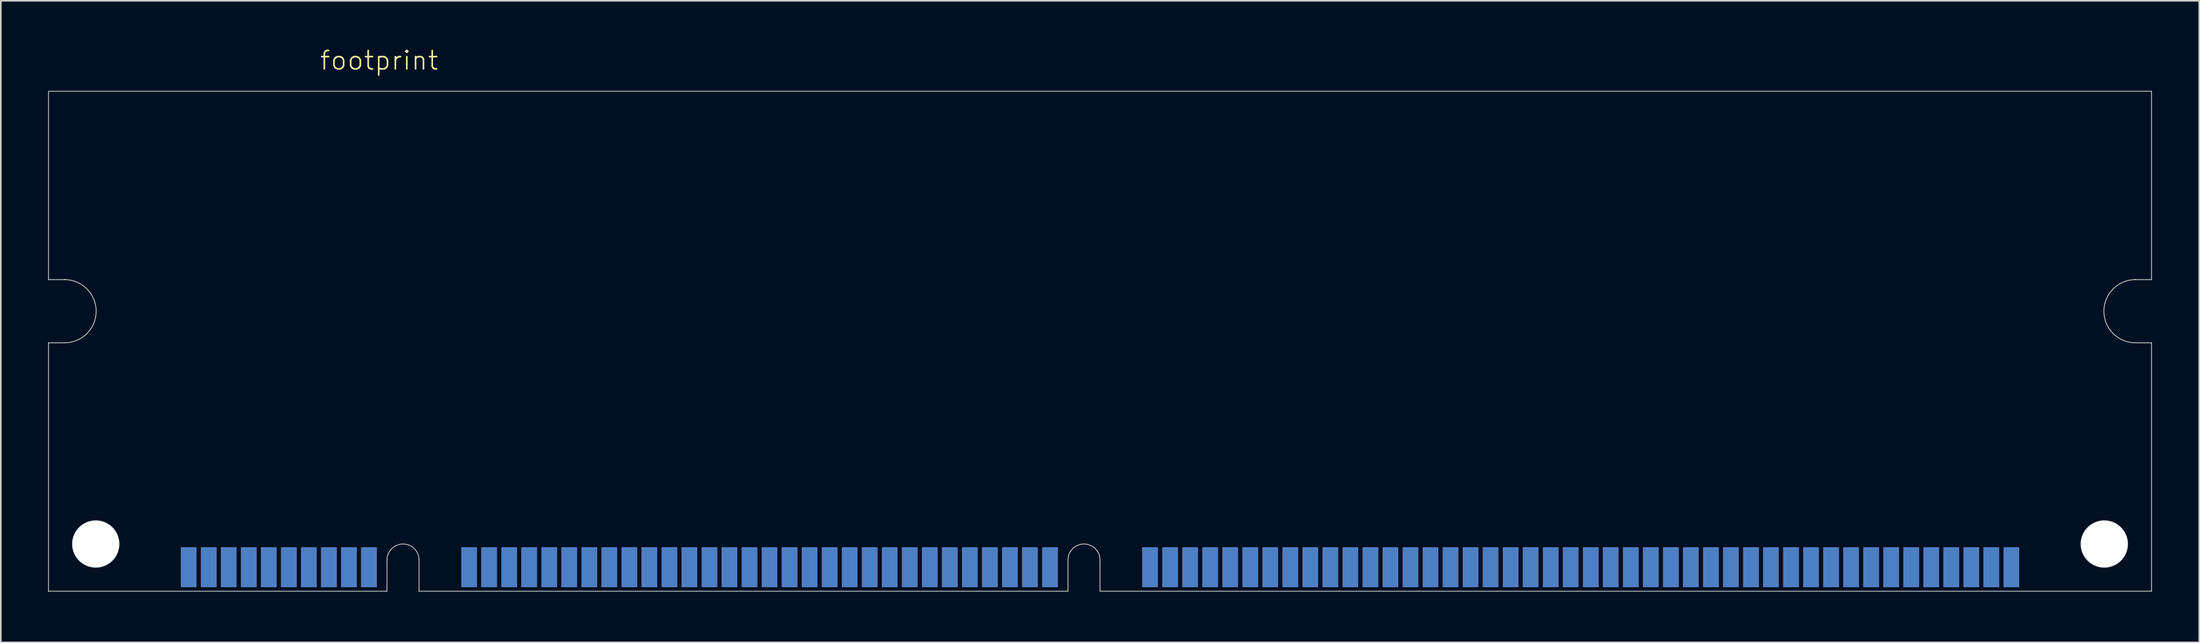
<source format=kicad_pcb>
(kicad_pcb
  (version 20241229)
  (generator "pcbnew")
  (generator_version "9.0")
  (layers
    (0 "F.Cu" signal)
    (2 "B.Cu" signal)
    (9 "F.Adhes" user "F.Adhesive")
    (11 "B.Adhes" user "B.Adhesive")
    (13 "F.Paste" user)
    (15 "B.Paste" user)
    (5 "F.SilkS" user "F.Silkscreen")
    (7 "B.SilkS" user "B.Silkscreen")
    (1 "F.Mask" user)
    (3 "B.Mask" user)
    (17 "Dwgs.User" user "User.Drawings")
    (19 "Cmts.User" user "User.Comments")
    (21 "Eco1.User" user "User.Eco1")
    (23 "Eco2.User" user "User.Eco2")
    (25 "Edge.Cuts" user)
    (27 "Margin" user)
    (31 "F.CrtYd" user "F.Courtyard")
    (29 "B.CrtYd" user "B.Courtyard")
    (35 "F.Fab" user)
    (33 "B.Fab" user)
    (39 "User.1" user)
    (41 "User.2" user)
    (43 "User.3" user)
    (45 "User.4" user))
  (footprint "footprint"
    (layer "F.Cu")
    (at 66.7 34.493)
    (property "Reference" "footprint" (at -49.53 -33.02 0) (layer "F.SilkS") (effects (font (size 1.168 1.168) (thickness 0.102)) (justify left bottom)))
    (fp_line (start -66.675 -31.75) (end 66.675 -31.75) (stroke (width 0.05) (type solid)) (layer "Edge.Cuts"))
    (fp_line (start -66.675 -19.787) (end -66.675 -31.725) (stroke (width 0.05) (type solid)) (layer "Edge.Cuts"))
    (fp_line (start -66.675 0.025) (end -66.675 -15.773) (stroke (width 0.05) (type solid)) (layer "Edge.Cuts"))
    (fp_line (start -65.659 -19.787) (end -66.675 -19.787) (stroke (width 0.05) (type solid)) (layer "Edge.Cuts"))
    (fp_line (start -65.659 -15.773) (end -66.675 -15.773) (stroke (width 0.05) (type solid)) (layer "Edge.Cuts"))
    (fp_line (start -65.608 -19.787) (end -65.659 -19.787) (stroke (width 0.05) (type solid)) (layer "Edge.Cuts"))
    (fp_line (start -45.212 -1.981) (end -45.212 0) (stroke (width 0.05) (type solid)) (layer "Edge.Cuts"))
    (fp_line (start -45.212 0) (end -66.675 0) (stroke (width 0.05) (type solid)) (layer "Edge.Cuts"))
    (fp_line (start -43.18 -1.981) (end -43.18 0) (stroke (width 0.05) (type solid)) (layer "Edge.Cuts"))
    (fp_line (start -2.032 -1.981) (end -2.032 0) (stroke (width 0.05) (type solid)) (layer "Edge.Cuts"))
    (fp_line (start -2.032 0) (end -43.18 0) (stroke (width 0.05) (type solid)) (layer "Edge.Cuts"))
    (fp_line (start 0 -1.981) (end 0 0) (stroke (width 0.05) (type solid)) (layer "Edge.Cuts"))
    (fp_line (start 65.608 -19.787) (end 65.659 -19.787) (stroke (width 0.05) (type solid)) (layer "Edge.Cuts"))
    (fp_line (start 65.659 -19.787) (end 66.675 -19.787) (stroke (width 0.05) (type solid)) (layer "Edge.Cuts"))
    (fp_line (start 65.659 -15.773) (end 66.675 -15.773) (stroke (width 0.05) (type solid)) (layer "Edge.Cuts"))
    (fp_line (start 66.675 -31.75) (end 66.675 -19.787) (stroke (width 0.05) (type solid)) (layer "Edge.Cuts"))
    (fp_line (start 66.675 -15.773) (end 66.675 0) (stroke (width 0.05) (type solid)) (layer "Edge.Cuts"))
    (fp_line (start 66.675 0) (end 0 0) (stroke (width 0.05) (type solid)) (layer "Edge.Cuts"))
    (fp_arc (start -65.659 -19.7866) (mid -63.6524 -17.78) (end -65.659 -15.7734) (stroke (width 0.05) (type solid)) (layer "Edge.Cuts"))
    (fp_arc (start -45.212 -1.9812) (mid -44.196 -2.9972) (end -43.18 -1.9812) (stroke (width 0.05) (type solid)) (layer "Edge.Cuts"))
    (fp_arc (start -2.032 -1.9812) (mid -1.016 -2.9972) (end 0 -1.9812) (stroke (width 0.05) (type solid)) (layer "Edge.Cuts"))
    (fp_arc (start 65.659 -15.7734) (mid 63.6524 -17.78) (end 65.659 -19.7866) (stroke (width 0.05) (type solid)) (layer "Edge.Cuts"))
    (pad "" np_thru_hole circle (at -63.678 -2.997) (size 2.997 2.997) (drill 2.997) (layers "*.Cu" "*.Mask"))
    (pad "" np_thru_hole circle (at 63.678 -2.997) (size 2.997 2.997) (drill 2.997) (layers "*.Cu" "*.Mask"))
    (pad "1" smd rect (at -57.785 -1.524) (size 0.991 2.54) (layers "F.Cu" "F.Mask" "F.Paste"))
    (pad "2" smd rect (at -56.515 -1.524) (size 0.991 2.54) (layers "F.Cu" "F.Mask" "F.Paste"))
    (pad "3" smd rect (at -55.245 -1.524) (size 0.991 2.54) (layers "F.Cu" "F.Mask" "F.Paste"))
    (pad "4" smd rect (at -53.975 -1.524) (size 0.991 2.54) (layers "F.Cu" "F.Mask" "F.Paste"))
    (pad "5" smd rect (at -52.705 -1.524) (size 0.991 2.54) (layers "F.Cu" "F.Mask" "F.Paste"))
    (pad "6" smd rect (at -51.435 -1.524) (size 0.991 2.54) (layers "F.Cu" "F.Mask" "F.Paste"))
    (pad "7" smd rect (at -50.165 -1.524) (size 0.991 2.54) (layers "F.Cu" "F.Mask" "F.Paste"))
    (pad "8" smd rect (at -48.895 -1.524) (size 0.991 2.54) (layers "F.Cu" "F.Mask" "F.Paste"))
    (pad "9" smd rect (at -47.625 -1.524) (size 0.991 2.54) (layers "F.Cu" "F.Mask" "F.Paste"))
    (pad "10" smd rect (at -46.355 -1.524) (size 0.991 2.54) (layers "F.Cu" "F.Mask" "F.Paste"))
    (pad "11" smd rect (at -40.005 -1.524) (size 0.991 2.54) (layers "F.Cu" "F.Mask" "F.Paste"))
    (pad "12" smd rect (at -38.735 -1.524) (size 0.991 2.54) (layers "F.Cu" "F.Mask" "F.Paste"))
    (pad "13" smd rect (at -37.465 -1.524) (size 0.991 2.54) (layers "F.Cu" "F.Mask" "F.Paste"))
    (pad "14" smd rect (at -36.195 -1.524) (size 0.991 2.54) (layers "F.Cu" "F.Mask" "F.Paste"))
    (pad "15" smd rect (at -34.925 -1.524) (size 0.991 2.54) (layers "F.Cu" "F.Mask" "F.Paste"))
    (pad "16" smd rect (at -33.655 -1.524) (size 0.991 2.54) (layers "F.Cu" "F.Mask" "F.Paste"))
    (pad "17" smd rect (at -32.385 -1.524) (size 0.991 2.54) (layers "F.Cu" "F.Mask" "F.Paste"))
    (pad "18" smd rect (at -31.115 -1.524) (size 0.991 2.54) (layers "F.Cu" "F.Mask" "F.Paste"))
    (pad "19" smd rect (at -29.845 -1.524) (size 0.991 2.54) (layers "F.Cu" "F.Mask" "F.Paste"))
    (pad "20" smd rect (at -28.575 -1.524) (size 0.991 2.54) (layers "F.Cu" "F.Mask" "F.Paste"))
    (pad "21" smd rect (at -27.305 -1.524) (size 0.991 2.54) (layers "F.Cu" "F.Mask" "F.Paste"))
    (pad "22" smd rect (at -26.035 -1.524) (size 0.991 2.54) (layers "F.Cu" "F.Mask" "F.Paste"))
    (pad "23" smd rect (at -24.765 -1.524) (size 0.991 2.54) (layers "F.Cu" "F.Mask" "F.Paste"))
    (pad "24" smd rect (at -23.495 -1.524) (size 0.991 2.54) (layers "F.Cu" "F.Mask" "F.Paste"))
    (pad "25" smd rect (at -22.225 -1.524) (size 0.991 2.54) (layers "F.Cu" "F.Mask" "F.Paste"))
    (pad "26" smd rect (at -20.955 -1.524) (size 0.991 2.54) (layers "F.Cu" "F.Mask" "F.Paste"))
    (pad "27" smd rect (at -19.685 -1.524) (size 0.991 2.54) (layers "F.Cu" "F.Mask" "F.Paste"))
    (pad "28" smd rect (at -18.415 -1.524) (size 0.991 2.54) (layers "F.Cu" "F.Mask" "F.Paste"))
    (pad "29" smd rect (at -17.145 -1.524) (size 0.991 2.54) (layers "F.Cu" "F.Mask" "F.Paste"))
    (pad "30" smd rect (at -15.875 -1.524) (size 0.991 2.54) (layers "F.Cu" "F.Mask" "F.Paste"))
    (pad "31" smd rect (at -14.605 -1.524) (size 0.991 2.54) (layers "F.Cu" "F.Mask" "F.Paste"))
    (pad "32" smd rect (at -13.335 -1.524) (size 0.991 2.54) (layers "F.Cu" "F.Mask" "F.Paste"))
    (pad "33" smd rect (at -12.065 -1.524) (size 0.991 2.54) (layers "F.Cu" "F.Mask" "F.Paste"))
    (pad "34" smd rect (at -10.795 -1.524) (size 0.991 2.54) (layers "F.Cu" "F.Mask" "F.Paste"))
    (pad "35" smd rect (at -9.525 -1.524) (size 0.991 2.54) (layers "F.Cu" "F.Mask" "F.Paste"))
    (pad "36" smd rect (at -8.255 -1.524) (size 0.991 2.54) (layers "F.Cu" "F.Mask" "F.Paste"))
    (pad "37" smd rect (at -6.985 -1.524) (size 0.991 2.54) (layers "F.Cu" "F.Mask" "F.Paste"))
    (pad "38" smd rect (at -5.715 -1.524) (size 0.991 2.54) (layers "F.Cu" "F.Mask" "F.Paste"))
    (pad "39" smd rect (at -4.445 -1.524) (size 0.991 2.54) (layers "F.Cu" "F.Mask" "F.Paste"))
    (pad "40" smd rect (at -3.175 -1.524) (size 0.991 2.54) (layers "F.Cu" "F.Mask" "F.Paste"))
    (pad "41" smd rect (at 3.175 -1.524) (size 0.991 2.54) (layers "F.Cu" "F.Mask" "F.Paste"))
    (pad "42" smd rect (at 4.445 -1.524) (size 0.991 2.54) (layers "F.Cu" "F.Mask" "F.Paste"))
    (pad "43" smd rect (at 5.715 -1.524) (size 0.991 2.54) (layers "F.Cu" "F.Mask" "F.Paste"))
    (pad "44" smd rect (at 6.985 -1.524) (size 0.991 2.54) (layers "F.Cu" "F.Mask" "F.Paste"))
    (pad "45" smd rect (at 8.255 -1.524) (size 0.991 2.54) (layers "F.Cu" "F.Mask" "F.Paste"))
    (pad "46" smd rect (at 9.525 -1.524) (size 0.991 2.54) (layers "F.Cu" "F.Mask" "F.Paste"))
    (pad "47" smd rect (at 10.795 -1.524) (size 0.991 2.54) (layers "F.Cu" "F.Mask" "F.Paste"))
    (pad "48" smd rect (at 12.065 -1.524) (size 0.991 2.54) (layers "F.Cu" "F.Mask" "F.Paste"))
    (pad "49" smd rect (at 13.335 -1.524) (size 0.991 2.54) (layers "F.Cu" "F.Mask" "F.Paste"))
    (pad "50" smd rect (at 14.605 -1.524) (size 0.991 2.54) (layers "F.Cu" "F.Mask" "F.Paste"))
    (pad "51" smd rect (at 15.875 -1.524) (size 0.991 2.54) (layers "F.Cu" "F.Mask" "F.Paste"))
    (pad "52" smd rect (at 17.145 -1.524) (size 0.991 2.54) (layers "F.Cu" "F.Mask" "F.Paste"))
    (pad "53" smd rect (at 18.415 -1.524) (size 0.991 2.54) (layers "F.Cu" "F.Mask" "F.Paste"))
    (pad "54" smd rect (at 19.685 -1.524) (size 0.991 2.54) (layers "F.Cu" "F.Mask" "F.Paste"))
    (pad "55" smd rect (at 20.955 -1.524) (size 0.991 2.54) (layers "F.Cu" "F.Mask" "F.Paste"))
    (pad "56" smd rect (at 22.225 -1.524) (size 0.991 2.54) (layers "F.Cu" "F.Mask" "F.Paste"))
    (pad "57" smd rect (at 23.495 -1.524) (size 0.991 2.54) (layers "F.Cu" "F.Mask" "F.Paste"))
    (pad "58" smd rect (at 24.765 -1.524) (size 0.991 2.54) (layers "F.Cu" "F.Mask" "F.Paste"))
    (pad "59" smd rect (at 26.035 -1.524) (size 0.991 2.54) (layers "F.Cu" "F.Mask" "F.Paste"))
    (pad "60" smd rect (at 27.305 -1.524) (size 0.991 2.54) (layers "F.Cu" "F.Mask" "F.Paste"))
    (pad "61" smd rect (at 28.575 -1.524) (size 0.991 2.54) (layers "F.Cu" "F.Mask" "F.Paste"))
    (pad "62" smd rect (at 29.845 -1.524) (size 0.991 2.54) (layers "F.Cu" "F.Mask" "F.Paste"))
    (pad "63" smd rect (at 31.115 -1.524) (size 0.991 2.54) (layers "F.Cu" "F.Mask" "F.Paste"))
    (pad "64" smd rect (at 32.385 -1.524) (size 0.991 2.54) (layers "F.Cu" "F.Mask" "F.Paste"))
    (pad "65" smd rect (at 33.655 -1.524) (size 0.991 2.54) (layers "F.Cu" "F.Mask" "F.Paste"))
    (pad "66" smd rect (at 34.925 -1.524) (size 0.991 2.54) (layers "F.Cu" "F.Mask" "F.Paste"))
    (pad "67" smd rect (at 36.195 -1.524) (size 0.991 2.54) (layers "F.Cu" "F.Mask" "F.Paste"))
    (pad "68" smd rect (at 37.465 -1.524) (size 0.991 2.54) (layers "F.Cu" "F.Mask" "F.Paste"))
    (pad "69" smd rect (at 38.735 -1.524) (size 0.991 2.54) (layers "F.Cu" "F.Mask" "F.Paste"))
    (pad "70" smd rect (at 40.005 -1.524) (size 0.991 2.54) (layers "F.Cu" "F.Mask" "F.Paste"))
    (pad "71" smd rect (at 41.275 -1.524) (size 0.991 2.54) (layers "F.Cu" "F.Mask" "F.Paste"))
    (pad "72" smd rect (at 42.545 -1.524) (size 0.991 2.54) (layers "F.Cu" "F.Mask" "F.Paste"))
    (pad "73" smd rect (at 43.815 -1.524) (size 0.991 2.54) (layers "F.Cu" "F.Mask" "F.Paste"))
    (pad "74" smd rect (at 45.085 -1.524) (size 0.991 2.54) (layers "F.Cu" "F.Mask" "F.Paste"))
    (pad "75" smd rect (at 46.355 -1.524) (size 0.991 2.54) (layers "F.Cu" "F.Mask" "F.Paste"))
    (pad "76" smd rect (at 47.625 -1.524) (size 0.991 2.54) (layers "F.Cu" "F.Mask" "F.Paste"))
    (pad "77" smd rect (at 48.895 -1.524) (size 0.991 2.54) (layers "F.Cu" "F.Mask" "F.Paste"))
    (pad "78" smd rect (at 50.165 -1.524) (size 0.991 2.54) (layers "F.Cu" "F.Mask" "F.Paste"))
    (pad "79" smd rect (at 51.435 -1.524) (size 0.991 2.54) (layers "F.Cu" "F.Mask" "F.Paste"))
    (pad "80" smd rect (at 52.705 -1.524) (size 0.991 2.54) (layers "F.Cu" "F.Mask" "F.Paste"))
    (pad "81" smd rect (at 53.975 -1.524) (size 0.991 2.54) (layers "F.Cu" "F.Mask" "F.Paste"))
    (pad "82" smd rect (at 55.245 -1.524) (size 0.991 2.54) (layers "F.Cu" "F.Mask" "F.Paste"))
    (pad "83" smd rect (at 56.515 -1.524) (size 0.991 2.54) (layers "F.Cu" "F.Mask" "F.Paste"))
    (pad "84" smd rect (at 57.785 -1.524) (size 0.991 2.54) (layers "F.Cu" "F.Mask" "F.Paste"))
    (pad "85" smd rect (at -57.785 -1.524) (size 0.991 2.54) (layers "B.Cu" "B.Mask" "B.Paste"))
    (pad "86" smd rect (at -56.515 -1.524) (size 0.991 2.54) (layers "B.Cu" "B.Mask" "B.Paste"))
    (pad "87" smd rect (at -55.245 -1.524) (size 0.991 2.54) (layers "B.Cu" "B.Mask" "B.Paste"))
    (pad "88" smd rect (at -53.975 -1.524) (size 0.991 2.54) (layers "B.Cu" "B.Mask" "B.Paste"))
    (pad "89" smd rect (at -52.705 -1.524) (size 0.991 2.54) (layers "B.Cu" "B.Mask" "B.Paste"))
    (pad "90" smd rect (at -51.435 -1.524) (size 0.991 2.54) (layers "B.Cu" "B.Mask" "B.Paste"))
    (pad "91" smd rect (at -50.165 -1.524) (size 0.991 2.54) (layers "B.Cu" "B.Mask" "B.Paste"))
    (pad "92" smd rect (at -48.895 -1.524) (size 0.991 2.54) (layers "B.Cu" "B.Mask" "B.Paste"))
    (pad "93" smd rect (at -47.625 -1.524) (size 0.991 2.54) (layers "B.Cu" "B.Mask" "B.Paste"))
    (pad "94" smd rect (at -46.355 -1.524) (size 0.991 2.54) (layers "B.Cu" "B.Mask" "B.Paste"))
    (pad "95" smd rect (at -40.005 -1.524) (size 0.991 2.54) (layers "B.Cu" "B.Mask" "B.Paste"))
    (pad "96" smd rect (at -38.735 -1.524) (size 0.991 2.54) (layers "B.Cu" "B.Mask" "B.Paste"))
    (pad "97" smd rect (at -37.465 -1.524) (size 0.991 2.54) (layers "B.Cu" "B.Mask" "B.Paste"))
    (pad "98" smd rect (at -36.195 -1.524) (size 0.991 2.54) (layers "B.Cu" "B.Mask" "B.Paste"))
    (pad "99" smd rect (at -34.925 -1.524) (size 0.991 2.54) (layers "B.Cu" "B.Mask" "B.Paste"))
    (pad "100" smd rect (at -33.655 -1.524) (size 0.991 2.54) (layers "B.Cu" "B.Mask" "B.Paste"))
    (pad "101" smd rect (at -32.385 -1.524) (size 0.991 2.54) (layers "B.Cu" "B.Mask" "B.Paste"))
    (pad "102" smd rect (at -31.115 -1.524) (size 0.991 2.54) (layers "B.Cu" "B.Mask" "B.Paste"))
    (pad "103" smd rect (at -29.845 -1.524) (size 0.991 2.54) (layers "B.Cu" "B.Mask" "B.Paste"))
    (pad "104" smd rect (at -28.575 -1.524) (size 0.991 2.54) (layers "B.Cu" "B.Mask" "B.Paste"))
    (pad "105" smd rect (at -27.305 -1.524) (size 0.991 2.54) (layers "B.Cu" "B.Mask" "B.Paste"))
    (pad "106" smd rect (at -26.035 -1.524) (size 0.991 2.54) (layers "B.Cu" "B.Mask" "B.Paste"))
    (pad "107" smd rect (at -24.765 -1.524) (size 0.991 2.54) (layers "B.Cu" "B.Mask" "B.Paste"))
    (pad "108" smd rect (at -23.495 -1.524) (size 0.991 2.54) (layers "B.Cu" "B.Mask" "B.Paste"))
    (pad "109" smd rect (at -22.225 -1.524) (size 0.991 2.54) (layers "B.Cu" "B.Mask" "B.Paste"))
    (pad "110" smd rect (at -20.955 -1.524) (size 0.991 2.54) (layers "B.Cu" "B.Mask" "B.Paste"))
    (pad "111" smd rect (at -19.685 -1.524) (size 0.991 2.54) (layers "B.Cu" "B.Mask" "B.Paste"))
    (pad "112" smd rect (at -18.415 -1.524) (size 0.991 2.54) (layers "B.Cu" "B.Mask" "B.Paste"))
    (pad "113" smd rect (at -17.145 -1.524) (size 0.991 2.54) (layers "B.Cu" "B.Mask" "B.Paste"))
    (pad "114" smd rect (at -15.875 -1.524) (size 0.991 2.54) (layers "B.Cu" "B.Mask" "B.Paste"))
    (pad "115" smd rect (at -14.605 -1.524) (size 0.991 2.54) (layers "B.Cu" "B.Mask" "B.Paste"))
    (pad "116" smd rect (at -13.335 -1.524) (size 0.991 2.54) (layers "B.Cu" "B.Mask" "B.Paste"))
    (pad "117" smd rect (at -12.065 -1.524) (size 0.991 2.54) (layers "B.Cu" "B.Mask" "B.Paste"))
    (pad "118" smd rect (at -10.795 -1.524) (size 0.991 2.54) (layers "B.Cu" "B.Mask" "B.Paste"))
    (pad "119" smd rect (at -9.525 -1.524) (size 0.991 2.54) (layers "B.Cu" "B.Mask" "B.Paste"))
    (pad "120" smd rect (at -8.255 -1.524) (size 0.991 2.54) (layers "B.Cu" "B.Mask" "B.Paste"))
    (pad "121" smd rect (at -6.985 -1.524) (size 0.991 2.54) (layers "B.Cu" "B.Mask" "B.Paste"))
    (pad "122" smd rect (at -5.715 -1.524) (size 0.991 2.54) (layers "B.Cu" "B.Mask" "B.Paste"))
    (pad "123" smd rect (at -4.445 -1.524) (size 0.991 2.54) (layers "B.Cu" "B.Mask" "B.Paste"))
    (pad "124" smd rect (at -3.175 -1.524) (size 0.991 2.54) (layers "B.Cu" "B.Mask" "B.Paste"))
    (pad "125" smd rect (at 3.175 -1.524) (size 0.991 2.54) (layers "B.Cu" "B.Mask" "B.Paste"))
    (pad "126" smd rect (at 4.445 -1.524) (size 0.991 2.54) (layers "B.Cu" "B.Mask" "B.Paste"))
    (pad "127" smd rect (at 5.715 -1.524) (size 0.991 2.54) (layers "B.Cu" "B.Mask" "B.Paste"))
    (pad "128" smd rect (at 6.985 -1.524) (size 0.991 2.54) (layers "B.Cu" "B.Mask" "B.Paste"))
    (pad "129" smd rect (at 8.255 -1.524) (size 0.991 2.54) (layers "B.Cu" "B.Mask" "B.Paste"))
    (pad "130" smd rect (at 9.525 -1.524) (size 0.991 2.54) (layers "B.Cu" "B.Mask" "B.Paste"))
    (pad "131" smd rect (at 10.795 -1.524) (size 0.991 2.54) (layers "B.Cu" "B.Mask" "B.Paste"))
    (pad "132" smd rect (at 12.065 -1.524) (size 0.991 2.54) (layers "B.Cu" "B.Mask" "B.Paste"))
    (pad "133" smd rect (at 13.335 -1.524) (size 0.991 2.54) (layers "B.Cu" "B.Mask" "B.Paste"))
    (pad "134" smd rect (at 14.605 -1.524) (size 0.991 2.54) (layers "B.Cu" "B.Mask" "B.Paste"))
    (pad "135" smd rect (at 15.875 -1.524) (size 0.991 2.54) (layers "B.Cu" "B.Mask" "B.Paste"))
    (pad "136" smd rect (at 17.145 -1.524) (size 0.991 2.54) (layers "B.Cu" "B.Mask" "B.Paste"))
    (pad "137" smd rect (at 18.415 -1.524) (size 0.991 2.54) (layers "B.Cu" "B.Mask" "B.Paste"))
    (pad "138" smd rect (at 19.685 -1.524) (size 0.991 2.54) (layers "B.Cu" "B.Mask" "B.Paste"))
    (pad "139" smd rect (at 20.955 -1.524) (size 0.991 2.54) (layers "B.Cu" "B.Mask" "B.Paste"))
    (pad "140" smd rect (at 22.225 -1.524) (size 0.991 2.54) (layers "B.Cu" "B.Mask" "B.Paste"))
    (pad "141" smd rect (at 23.495 -1.524) (size 0.991 2.54) (layers "B.Cu" "B.Mask" "B.Paste"))
    (pad "142" smd rect (at 24.765 -1.524) (size 0.991 2.54) (layers "B.Cu" "B.Mask" "B.Paste"))
    (pad "143" smd rect (at 26.035 -1.524) (size 0.991 2.54) (layers "B.Cu" "B.Mask" "B.Paste"))
    (pad "144" smd rect (at 27.305 -1.524) (size 0.991 2.54) (layers "B.Cu" "B.Mask" "B.Paste"))
    (pad "145" smd rect (at 28.575 -1.524) (size 0.991 2.54) (layers "B.Cu" "B.Mask" "B.Paste"))
    (pad "146" smd rect (at 29.845 -1.524) (size 0.991 2.54) (layers "B.Cu" "B.Mask" "B.Paste"))
    (pad "147" smd rect (at 31.115 -1.524) (size 0.991 2.54) (layers "B.Cu" "B.Mask" "B.Paste"))
    (pad "148" smd rect (at 32.385 -1.524) (size 0.991 2.54) (layers "B.Cu" "B.Mask" "B.Paste"))
    (pad "149" smd rect (at 33.655 -1.524) (size 0.991 2.54) (layers "B.Cu" "B.Mask" "B.Paste"))
    (pad "150" smd rect (at 34.925 -1.524) (size 0.991 2.54) (layers "B.Cu" "B.Mask" "B.Paste"))
    (pad "151" smd rect (at 36.195 -1.524) (size 0.991 2.54) (layers "B.Cu" "B.Mask" "B.Paste"))
    (pad "152" smd rect (at 37.465 -1.524) (size 0.991 2.54) (layers "B.Cu" "B.Mask" "B.Paste"))
    (pad "153" smd rect (at 38.735 -1.524) (size 0.991 2.54) (layers "B.Cu" "B.Mask" "B.Paste"))
    (pad "154" smd rect (at 40.005 -1.524) (size 0.991 2.54) (layers "B.Cu" "B.Mask" "B.Paste"))
    (pad "155" smd rect (at 41.275 -1.524) (size 0.991 2.54) (layers "B.Cu" "B.Mask" "B.Paste"))
    (pad "156" smd rect (at 42.545 -1.524) (size 0.991 2.54) (layers "B.Cu" "B.Mask" "B.Paste"))
    (pad "157" smd rect (at 43.815 -1.524) (size 0.991 2.54) (layers "B.Cu" "B.Mask" "B.Paste"))
    (pad "158" smd rect (at 45.085 -1.524) (size 0.991 2.54) (layers "B.Cu" "B.Mask" "B.Paste"))
    (pad "159" smd rect (at 46.355 -1.524) (size 0.991 2.54) (layers "B.Cu" "B.Mask" "B.Paste"))
    (pad "160" smd rect (at 47.625 -1.524) (size 0.991 2.54) (layers "B.Cu" "B.Mask" "B.Paste"))
    (pad "161" smd rect (at 48.895 -1.524) (size 0.991 2.54) (layers "B.Cu" "B.Mask" "B.Paste"))
    (pad "162" smd rect (at 50.165 -1.524) (size 0.991 2.54) (layers "B.Cu" "B.Mask" "B.Paste"))
    (pad "163" smd rect (at 51.435 -1.524) (size 0.991 2.54) (layers "B.Cu" "B.Mask" "B.Paste"))
    (pad "164" smd rect (at 52.705 -1.524) (size 0.991 2.54) (layers "B.Cu" "B.Mask" "B.Paste"))
    (pad "165" smd rect (at 53.975 -1.524) (size 0.991 2.54) (layers "B.Cu" "B.Mask" "B.Paste"))
    (pad "166" smd rect (at 55.245 -1.524) (size 0.991 2.54) (layers "B.Cu" "B.Mask" "B.Paste"))
    (pad "167" smd rect (at 56.515 -1.524) (size 0.991 2.54) (layers "B.Cu" "B.Mask" "B.Paste"))
    (pad "168" smd rect (at 57.785 -1.524) (size 0.991 2.54) (layers "B.Cu" "B.Mask" "B.Paste")))
  (gr_rect
    (start -3 -3)
    (end 136.4 37.743)
    (stroke (width 0.1) (type default))
    (fill no)
    (layer "Edge.Cuts")))
</source>
